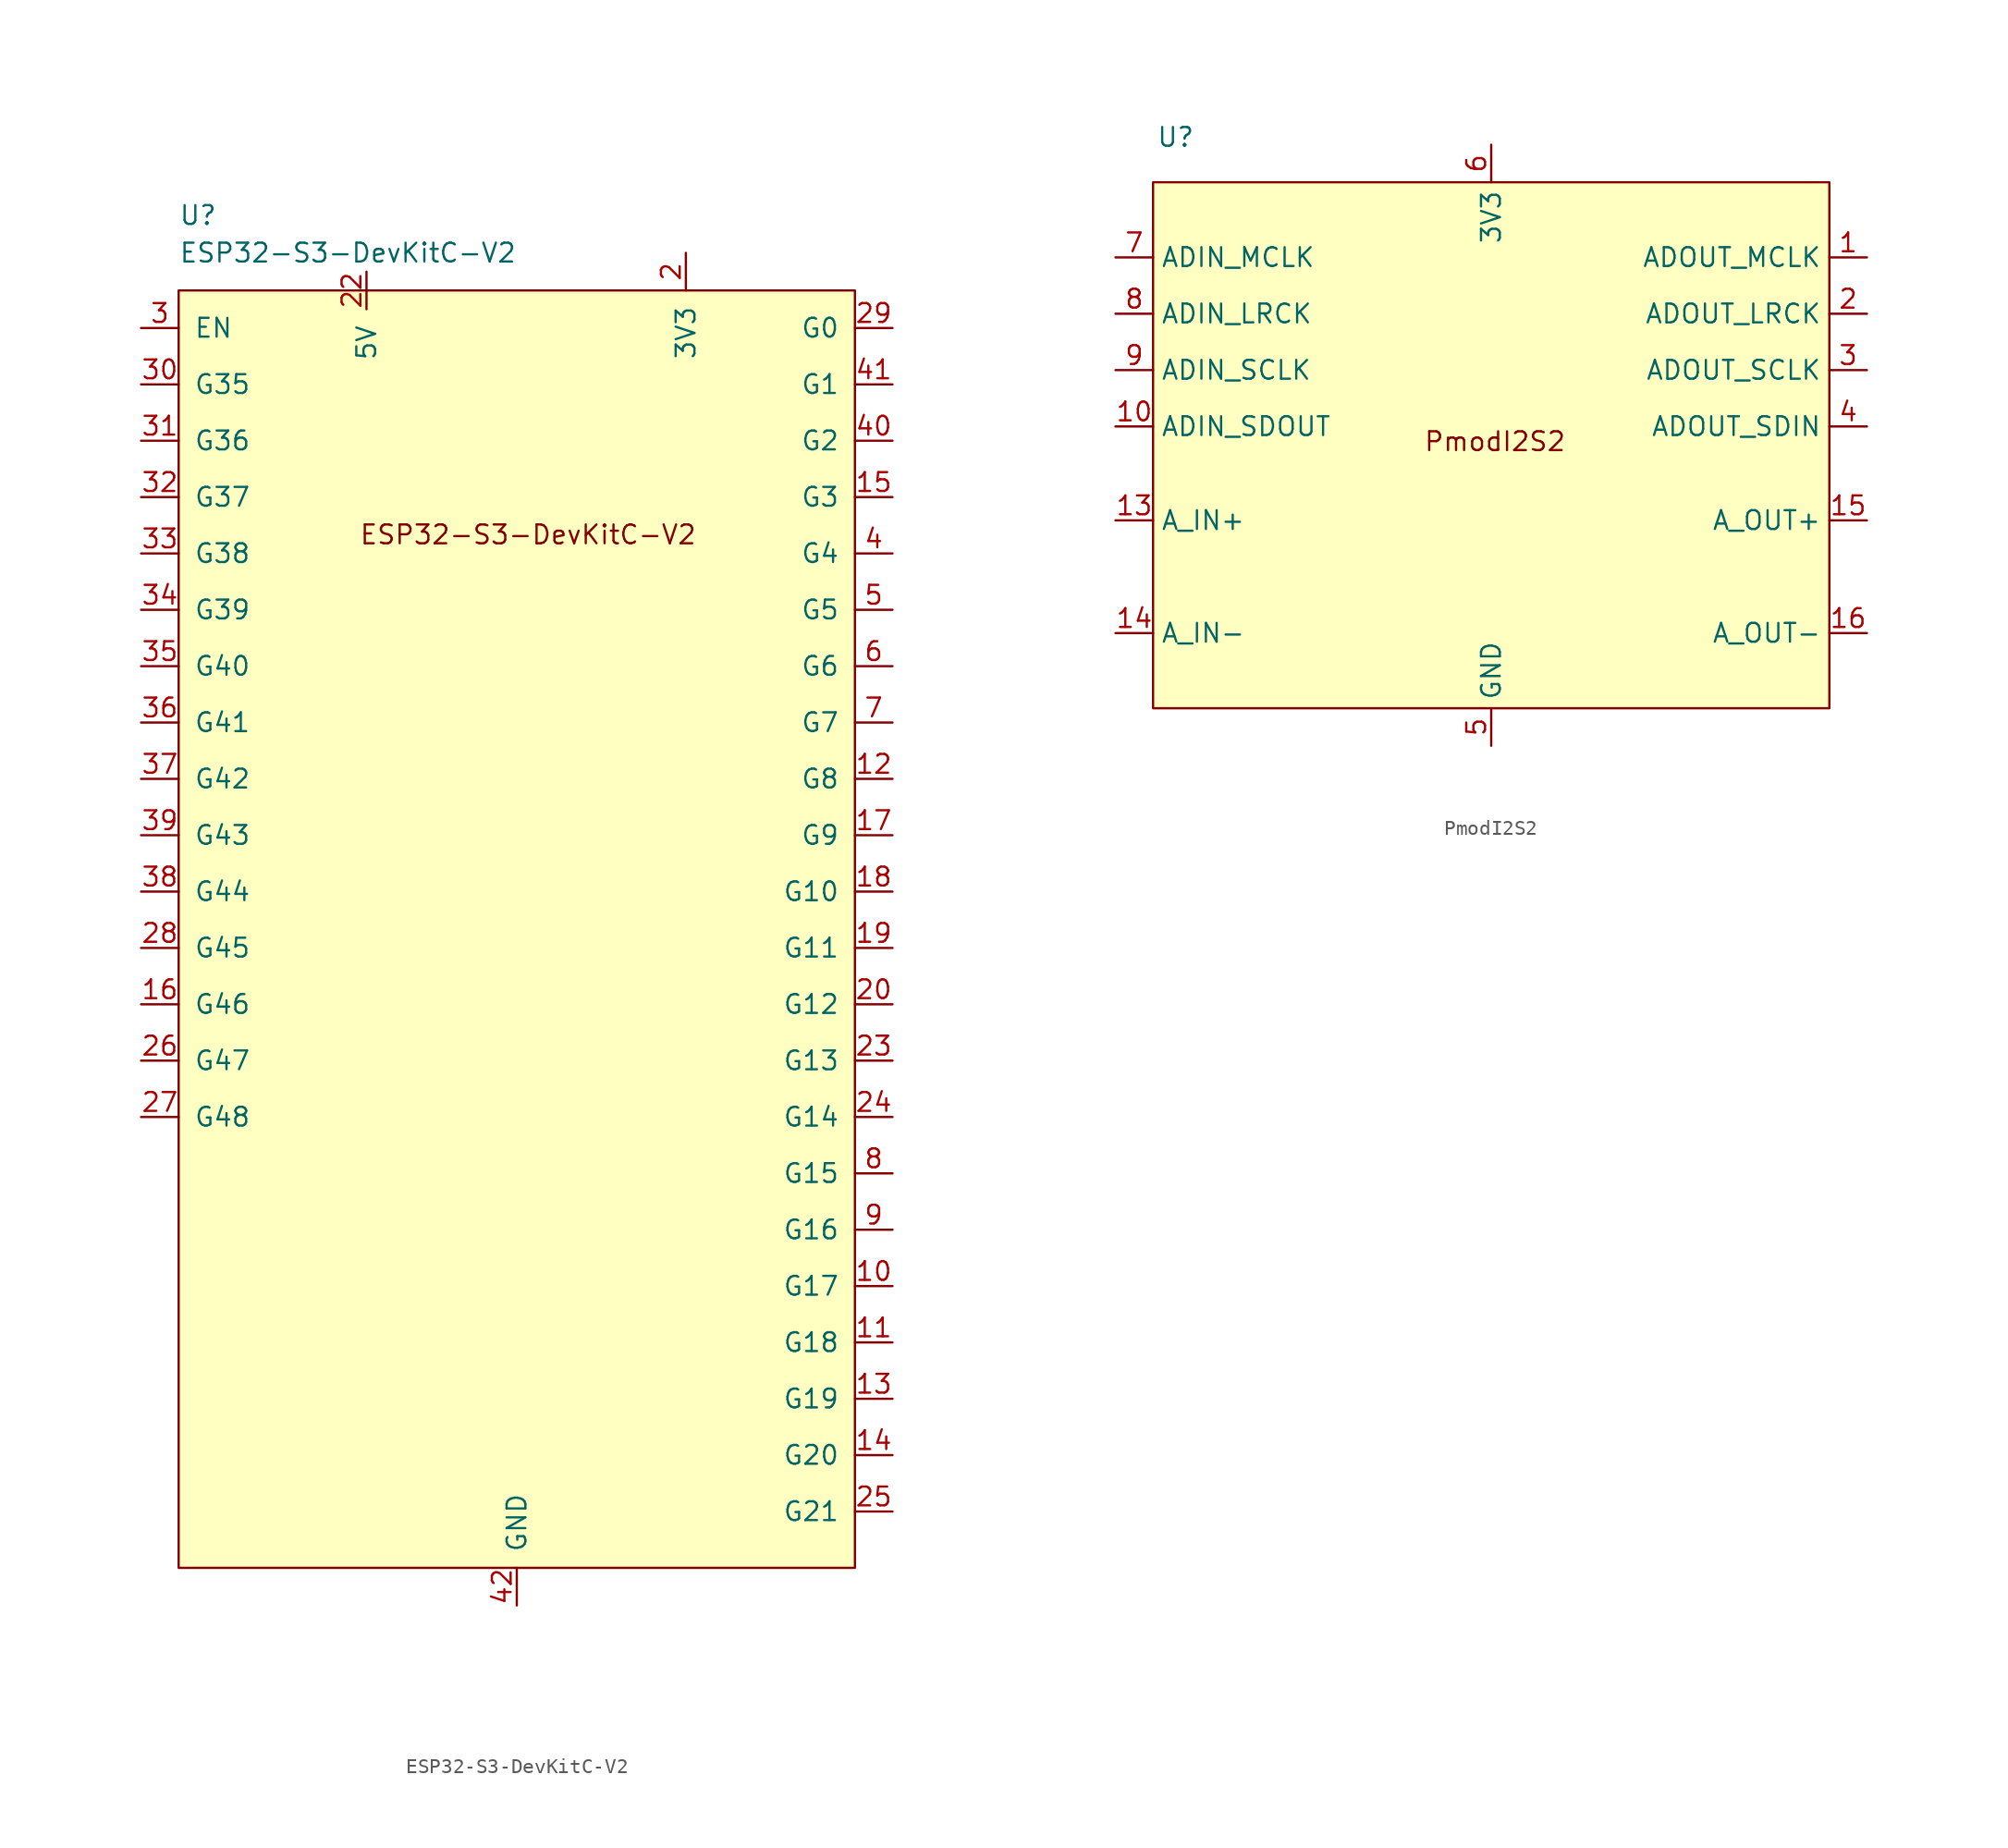
<source format=kicad_sym>
(kicad_symbol_lib
  (version 20241209)
  (generator "kicad_symbol_editor")
  (generator_version "9.0")
  (symbol "ESP32-S3-DevKitC-V2"
    (pin_names
      (offset 1.016))
    (property "Reference" "U"
      (at -22.86 48.26 0)
      (effects (font (size 1.27 1.27)) (justify left)))
    (property "Value" "ESP32-S3-DevKitC-V2"
      (at -22.86 45.72 0)
      (effects (font (size 1.27 1.27)) (justify left)))
    (symbol "ESP32-S3-DevKitC-V2_0_1"
      (rectangle (start -22.86 43.18) (end 22.86 -43.18) (stroke (width 0) (type default)) (fill (type background))))
    (symbol "ESP32-S3-DevKitC-V2_1_0"
      (pin bidirectional line (at -25.4 10.16 0) (length 2.54) (name "G42" (effects (font (size 1.27 1.27)))) (number "37" (effects (font (size 1.27 1.27)))))
      (pin bidirectional line (at -25.4 6.35 0) (length 2.54) (name "G43" (effects (font (size 1.27 1.27)))) (number "39" (effects (font (size 1.27 1.27)))))
      (pin bidirectional line (at -25.4 2.54 0) (length 2.54) (name "G44" (effects (font (size 1.27 1.27)))) (number "38" (effects (font (size 1.27 1.27)))))
      (pin bidirectional line (at -25.4 -5.08 0) (length 2.54) (name "G46" (effects (font (size 1.27 1.27)))) (number "16" (effects (font (size 1.27 1.27)))))
      (pin power_in line (at 0 -45.72 90) (length 2.54) (name "GND" (effects (font (size 1.27 1.27)))) (number "42" (effects (font (size 1.27 1.27)))))
      (pin bidirectional line (at 25.4 36.83 180) (length 2.54) (name "G1" (effects (font (size 1.27 1.27)))) (number "41" (effects (font (size 1.27 1.27)))))
      (pin bidirectional line (at 25.4 33.02 180) (length 2.54) (name "G2" (effects (font (size 1.27 1.27)))) (number "40" (effects (font (size 1.27 1.27)))))
      (pin bidirectional line (at 25.4 -8.89 180) (length 2.54) (name "G13" (effects (font (size 1.27 1.27)))) (number "23" (effects (font (size 1.27 1.27))))))
    (symbol "ESP32-S3-DevKitC-V2_1_1"
      (text "ESP32-S3-DevKitC-V2" (at 0.762 26.67 0) (effects (font (size 1.27 1.27))))
      (pin input line (at -25.4 40.64 0) (length 2.54) (name "EN" (effects (font (size 1.27 1.27)))) (number "3" (effects (font (size 1.27 1.27)))))
      (pin bidirectional line (at -25.4 36.83 0) (length 2.54) (name "G35" (effects (font (size 1.27 1.27)))) (number "30" (effects (font (size 1.27 1.27)))))
      (pin bidirectional line (at -25.4 33.02 0) (length 2.54) (name "G36" (effects (font (size 1.27 1.27)))) (number "31" (effects (font (size 1.27 1.27)))))
      (pin bidirectional line (at -25.4 29.21 0) (length 2.54) (name "G37" (effects (font (size 1.27 1.27)))) (number "32" (effects (font (size 1.27 1.27)))))
      (pin bidirectional line (at -25.4 25.4 0) (length 2.54) (name "G38" (effects (font (size 1.27 1.27)))) (number "33" (effects (font (size 1.27 1.27)))))
      (pin bidirectional line (at -25.4 21.59 0) (length 2.54) (name "G39" (effects (font (size 1.27 1.27)))) (number "34" (effects (font (size 1.27 1.27)))))
      (pin bidirectional line (at -25.4 17.78 0) (length 2.54) (name "G40" (effects (font (size 1.27 1.27)))) (number "35" (effects (font (size 1.27 1.27)))))
      (pin bidirectional line (at -25.4 13.97 0) (length 2.54) (name "G41" (effects (font (size 1.27 1.27)))) (number "36" (effects (font (size 1.27 1.27)))))
      (pin bidirectional line (at -25.4 -1.27 0) (length 2.54) (name "G45" (effects (font (size 1.27 1.27)))) (number "28" (effects (font (size 1.27 1.27)))))
      (pin bidirectional line (at -25.4 -8.89 0) (length 2.54) (name "G47" (effects (font (size 1.27 1.27)))) (number "26" (effects (font (size 1.27 1.27)))))
      (pin bidirectional line (at -25.4 -12.7 0) (length 2.54) (name "G48" (effects (font (size 1.27 1.27)))) (number "27" (effects (font (size 1.27 1.27)))))
      (pin power_in line (at -10.16 44.45 270) (length 2.54) (name "5V" (effects (font (size 1.27 1.27)))) (number "22" (effects (font (size 1.27 1.27)))))
      (pin passive line (at 0 -45.72 90) (length 2.54) (hide yes) (name "GND" (effects (font (size 1.27 1.27)))) (number "1" (effects (font (size 1.27 1.27)))))
      (pin power_in line (at 11.43 45.72 270) (length 2.54) (name "3V3" (effects (font (size 1.27 1.27)))) (number "2" (effects (font (size 1.27 1.27)))))
      (pin passive line (at 11.43 45.72 270) (length 2.54) (hide yes) (name "3V3" (effects (font (size 1.27 1.27)))) (number "21" (effects (font (size 1.27 1.27)))))
      (pin bidirectional line (at 25.4 40.64 180) (length 2.54) (name "G0" (effects (font (size 1.27 1.27)))) (number "29" (effects (font (size 1.27 1.27)))))
      (pin bidirectional line (at 25.4 29.21 180) (length 2.54) (name "G3" (effects (font (size 1.27 1.27)))) (number "15" (effects (font (size 1.27 1.27)))))
      (pin bidirectional line (at 25.4 25.4 180) (length 2.54) (name "G4" (effects (font (size 1.27 1.27)))) (number "4" (effects (font (size 1.27 1.27)))))
      (pin bidirectional line (at 25.4 21.59 180) (length 2.54) (name "G5" (effects (font (size 1.27 1.27)))) (number "5" (effects (font (size 1.27 1.27)))))
      (pin bidirectional line (at 25.4 17.78 180) (length 2.54) (name "G6" (effects (font (size 1.27 1.27)))) (number "6" (effects (font (size 1.27 1.27)))))
      (pin bidirectional line (at 25.4 13.97 180) (length 2.54) (name "G7" (effects (font (size 1.27 1.27)))) (number "7" (effects (font (size 1.27 1.27)))))
      (pin bidirectional line (at 25.4 10.16 180) (length 2.54) (name "G8" (effects (font (size 1.27 1.27)))) (number "12" (effects (font (size 1.27 1.27)))))
      (pin bidirectional line (at 25.4 6.35 180) (length 2.54) (name "G9" (effects (font (size 1.27 1.27)))) (number "17" (effects (font (size 1.27 1.27)))))
      (pin bidirectional line (at 25.4 2.54 180) (length 2.54) (name "G10" (effects (font (size 1.27 1.27)))) (number "18" (effects (font (size 1.27 1.27)))))
      (pin bidirectional line (at 25.4 -1.27 180) (length 2.54) (name "G11" (effects (font (size 1.27 1.27)))) (number "19" (effects (font (size 1.27 1.27)))))
      (pin bidirectional line (at 25.4 -5.08 180) (length 2.54) (name "G12" (effects (font (size 1.27 1.27)))) (number "20" (effects (font (size 1.27 1.27)))))
      (pin bidirectional line (at 25.4 -12.7 180) (length 2.54) (name "G14" (effects (font (size 1.27 1.27)))) (number "24" (effects (font (size 1.27 1.27)))))
      (pin bidirectional line (at 25.4 -16.51 180) (length 2.54) (name "G15" (effects (font (size 1.27 1.27)))) (number "8" (effects (font (size 1.27 1.27)))))
      (pin bidirectional line (at 25.4 -20.32 180) (length 2.54) (name "G16" (effects (font (size 1.27 1.27)))) (number "9" (effects (font (size 1.27 1.27)))))
      (pin bidirectional line (at 25.4 -24.13 180) (length 2.54) (name "G17" (effects (font (size 1.27 1.27)))) (number "10" (effects (font (size 1.27 1.27)))))
      (pin bidirectional line (at 25.4 -27.94 180) (length 2.54) (name "G18" (effects (font (size 1.27 1.27)))) (number "11" (effects (font (size 1.27 1.27)))))
      (pin bidirectional line (at 25.4 -31.75 180) (length 2.54) (name "G19" (effects (font (size 1.27 1.27)))) (number "13" (effects (font (size 1.27 1.27)))))
      (pin bidirectional line (at 25.4 -35.56 180) (length 2.54) (name "G20" (effects (font (size 1.27 1.27)))) (number "14" (effects (font (size 1.27 1.27)))))
      (pin bidirectional line (at 25.4 -39.37 180) (length 2.54) (name "G21" (effects (font (size 1.27 1.27)))) (number "25" (effects (font (size 1.27 1.27)))))))
  (symbol "PmodI2S2"
    (property "Reference" "U"
      (at -21.336 20.828 0)
      (effects (font (size 1.27 1.27))))
    (property "Value" ""
      (at 0 0 0)
      (effects (font (size 1.27 1.27))))
    (symbol "PmodI2S2_0_1"
      (rectangle (start -22.86 17.78) (end 22.86 -17.78) (stroke (width 0) (type default)) (fill (type background))))
    (symbol "PmodI2S2_1_1"
      (text "PmodI2S2" (at 0.254 0.254 0) (effects (font (size 1.27 1.27))))
      (pin input line (at -25.4 12.7 0) (length 2.54) (name "ADIN_MCLK" (effects (font (size 1.27 1.27)))) (number "7" (effects (font (size 1.27 1.27)))))
      (pin input line (at -25.4 8.89 0) (length 2.54) (name "ADIN_LRCK" (effects (font (size 1.27 1.27)))) (number "8" (effects (font (size 1.27 1.27)))))
      (pin input line (at -25.4 5.08 0) (length 2.54) (name "ADIN_SCLK" (effects (font (size 1.27 1.27)))) (number "9" (effects (font (size 1.27 1.27)))))
      (pin output line (at -25.4 1.27 0) (length 2.54) (name "ADIN_SDOUT" (effects (font (size 1.27 1.27)))) (number "10" (effects (font (size 1.27 1.27)))))
      (pin output line (at -25.4 -5.08 0) (length 2.54) (name "A_IN+" (effects (font (size 1.27 1.27)))) (number "13" (effects (font (size 1.27 1.27)))))
      (pin input line (at -25.4 -12.7 0) (length 2.54) (name "A_IN-" (effects (font (size 1.27 1.27)))) (number "14" (effects (font (size 1.27 1.27)))))
      (pin power_in line (at 0 20.32 270) (length 2.54) (hide yes) (name "3V3" (effects (font (size 1.27 1.27)))) (number "12" (effects (font (size 1.27 1.27)))))
      (pin power_in line (at 0 20.32 270) (length 2.54) (name "3V3" (effects (font (size 1.27 1.27)))) (number "6" (effects (font (size 1.27 1.27)))))
      (pin power_in line (at 0 -20.32 90) (length 2.54) (hide yes) (name "GND" (effects (font (size 1.27 1.27)))) (number "11" (effects (font (size 1.27 1.27)))))
      (pin power_in line (at 0 -20.32 90) (length 2.54) (name "GND" (effects (font (size 1.27 1.27)))) (number "5" (effects (font (size 1.27 1.27)))))
      (pin input line (at 25.4 12.7 180) (length 2.54) (name "ADOUT_MCLK" (effects (font (size 1.27 1.27)))) (number "1" (effects (font (size 1.27 1.27)))))
      (pin input line (at 25.4 8.89 180) (length 2.54) (name "ADOUT_LRCK" (effects (font (size 1.27 1.27)))) (number "2" (effects (font (size 1.27 1.27)))))
      (pin input line (at 25.4 5.08 180) (length 2.54) (name "ADOUT_SCLK" (effects (font (size 1.27 1.27)))) (number "3" (effects (font (size 1.27 1.27)))))
      (pin input line (at 25.4 1.27 180) (length 2.54) (name "ADOUT_SDIN" (effects (font (size 1.27 1.27)))) (number "4" (effects (font (size 1.27 1.27)))))
      (pin output line (at 25.4 -5.08 180) (length 2.54) (name "A_OUT+" (effects (font (size 1.27 1.27)))) (number "15" (effects (font (size 1.27 1.27)))))
      (pin output line (at 25.4 -12.7 180) (length 2.54) (name "A_OUT-" (effects (font (size 1.27 1.27)))) (number "16" (effects (font (size 1.27 1.27))))))))
</source>
